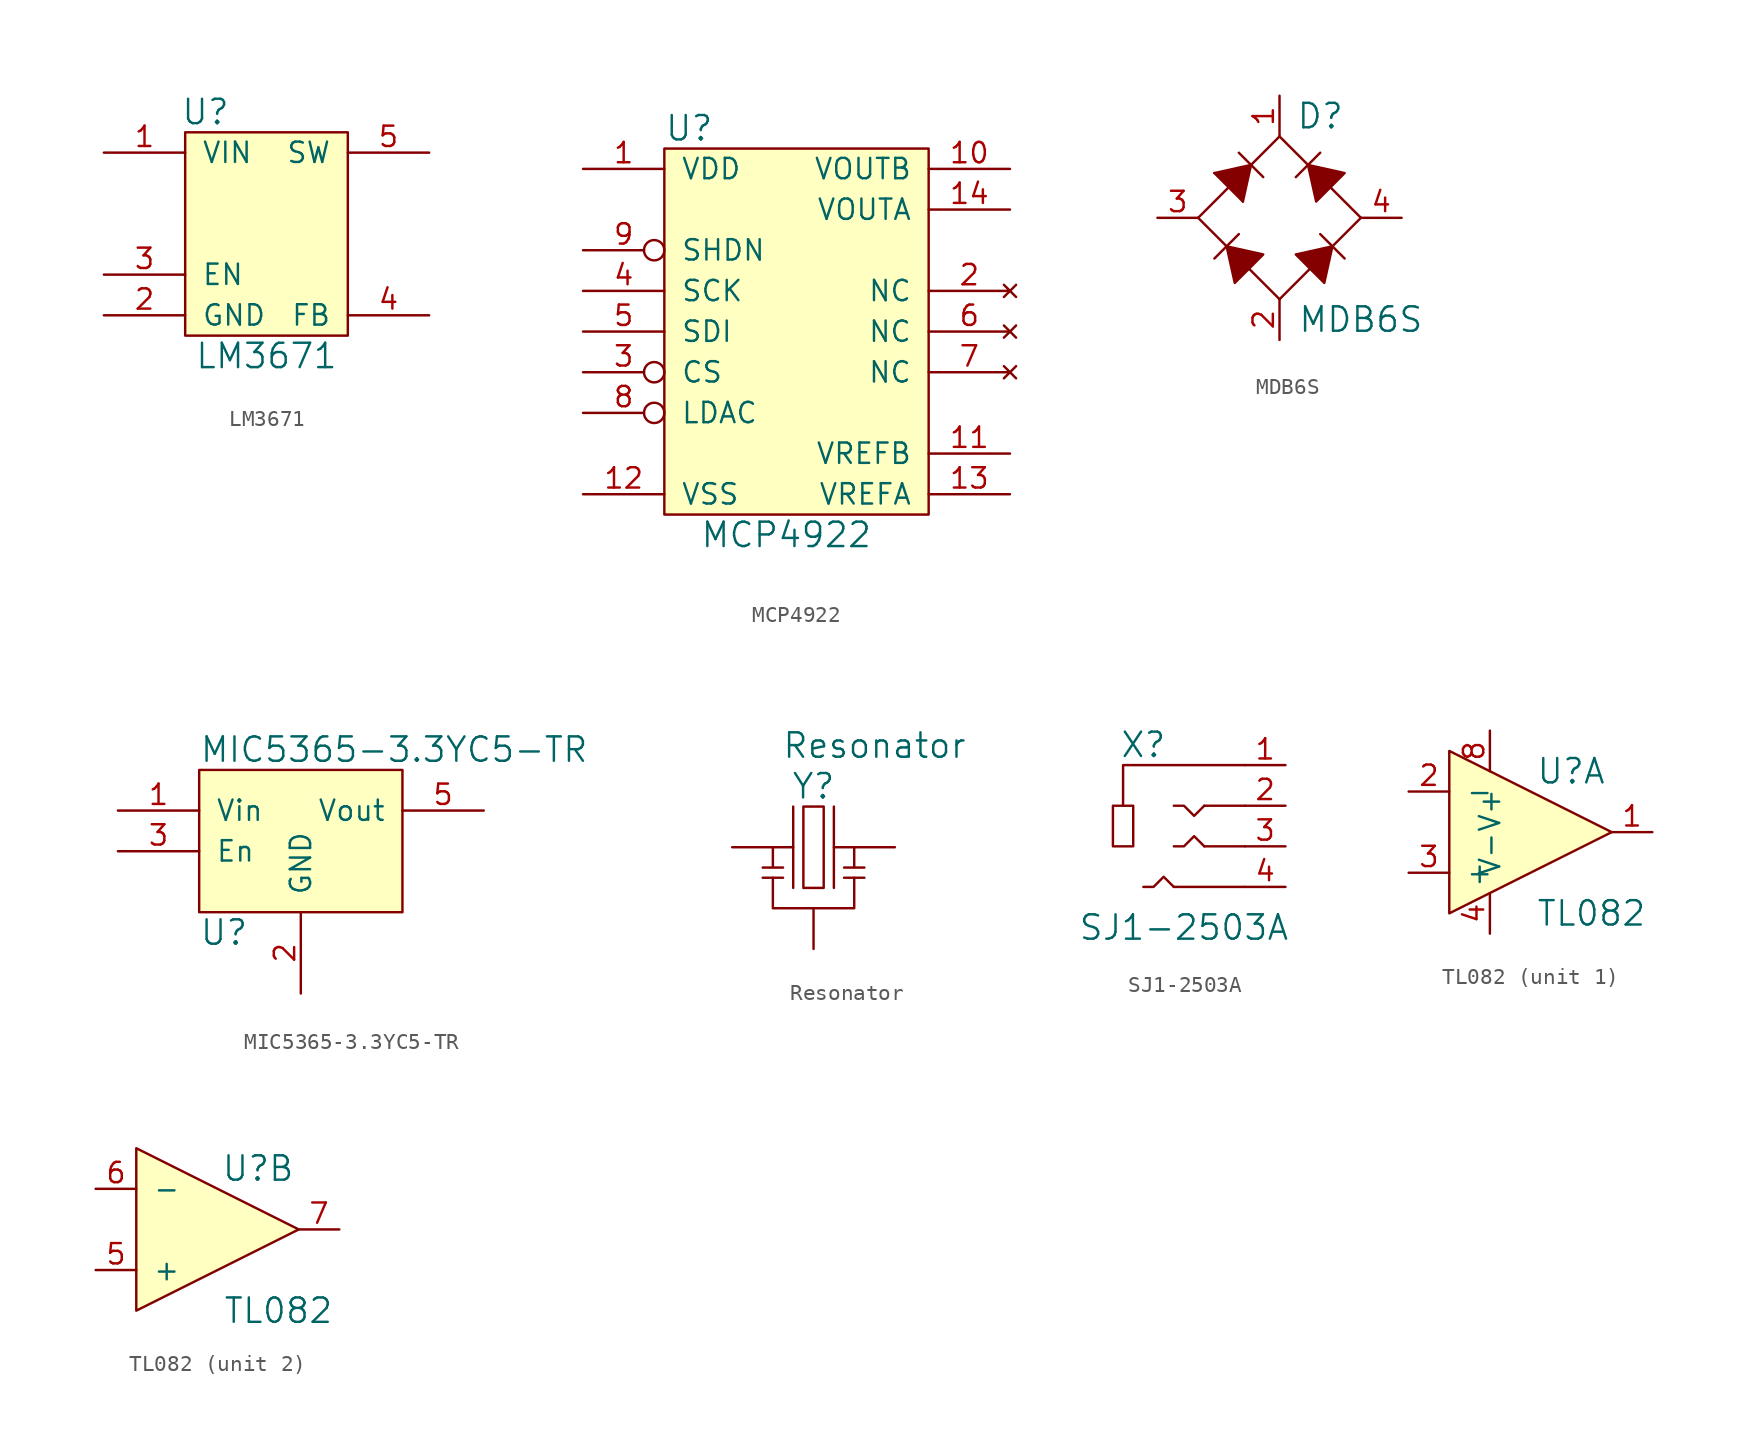
<source format=kicad_sym>
(kicad_symbol_lib
  (version 20211014)
  (generator kicad_symbol_editor)
  (symbol "LM3671"
    (pin_names
      (offset 1.016))
    (property "Reference" "U"
      (at -3.81 8.89 0)
      (effects (font (size 1.524 1.524))))
    (property "Value" "LM3671"
      (at 0 -6.35 0)
      (effects (font (size 1.524 1.524))))
    (symbol "LM3671_0_1"
      (rectangle (start -5.08 7.62) (end 5.08 -5.08) (stroke (width 0) (type default) (color 0 0 0 0)) (fill (type background))))
    (symbol "LM3671_1_1"
      (pin power_in line (at -10.16 6.35 0) (length 5.08) (name "VIN" (effects (font (size 1.27 1.27)))) (number "1" (effects (font (size 1.27 1.27)))))
      (pin power_in line (at -10.16 -3.81 0) (length 5.08) (name "GND" (effects (font (size 1.27 1.27)))) (number "2" (effects (font (size 1.27 1.27)))))
      (pin input line (at -10.16 -1.27 0) (length 5.08) (name "EN" (effects (font (size 1.27 1.27)))) (number "3" (effects (font (size 1.27 1.27)))))
      (pin input line (at 10.16 -3.81 180) (length 5.08) (name "FB" (effects (font (size 1.27 1.27)))) (number "4" (effects (font (size 1.27 1.27)))))
      (pin power_out line (at 10.16 6.35 180) (length 5.08) (name "SW" (effects (font (size 1.27 1.27)))) (number "5" (effects (font (size 1.27 1.27)))))))
  (symbol "MCP4922"
    (pin_names
      (offset 1.016))
    (property "Reference" "U"
      (at -7.62 12.7 0)
      (effects (font (size 1.524 1.524)) (justify left)))
    (property "Value" "MCP4922"
      (at 0 -12.7 0)
      (effects (font (size 1.524 1.524))))
    (symbol "MCP4922_0_1"
      (rectangle (start -7.62 11.43) (end 8.89 -11.43) (stroke (width 0) (type default) (color 0 0 0 0)) (fill (type background))))
    (symbol "MCP4922_1_1"
      (pin power_in line (at -12.7 10.16 0) (length 5.08) (name "VDD" (effects (font (size 1.27 1.27)))) (number "1" (effects (font (size 1.27 1.27)))))
      (pin output line (at 13.97 10.16 180) (length 5.08) (name "VOUTB" (effects (font (size 1.27 1.27)))) (number "10" (effects (font (size 1.27 1.27)))))
      (pin input line (at 13.97 -7.62 180) (length 5.08) (name "VREFB" (effects (font (size 1.27 1.27)))) (number "11" (effects (font (size 1.27 1.27)))))
      (pin power_in line (at -12.7 -10.16 0) (length 5.08) (name "VSS" (effects (font (size 1.27 1.27)))) (number "12" (effects (font (size 1.27 1.27)))))
      (pin input line (at 13.97 -10.16 180) (length 5.08) (name "VREFA" (effects (font (size 1.27 1.27)))) (number "13" (effects (font (size 1.27 1.27)))))
      (pin output line (at 13.97 7.62 180) (length 5.08) (name "VOUTA" (effects (font (size 1.27 1.27)))) (number "14" (effects (font (size 1.27 1.27)))))
      (pin no_connect line (at 13.97 2.54 180) (length 5.08) (name "NC" (effects (font (size 1.27 1.27)))) (number "2" (effects (font (size 1.27 1.27)))))
      (pin input inverted (at -12.7 -2.54 0) (length 5.08) (name "CS" (effects (font (size 1.27 1.27)))) (number "3" (effects (font (size 1.27 1.27)))))
      (pin input line (at -12.7 2.54 0) (length 5.08) (name "SCK" (effects (font (size 1.27 1.27)))) (number "4" (effects (font (size 1.27 1.27)))))
      (pin input line (at -12.7 0 0) (length 5.08) (name "SDI" (effects (font (size 1.27 1.27)))) (number "5" (effects (font (size 1.27 1.27)))))
      (pin no_connect line (at 13.97 0 180) (length 5.08) (name "NC" (effects (font (size 1.27 1.27)))) (number "6" (effects (font (size 1.27 1.27)))))
      (pin no_connect line (at 13.97 -2.54 180) (length 5.08) (name "NC" (effects (font (size 1.27 1.27)))) (number "7" (effects (font (size 1.27 1.27)))))
      (pin input inverted (at -12.7 -5.08 0) (length 5.08) (name "LDAC" (effects (font (size 1.27 1.27)))) (number "8" (effects (font (size 1.27 1.27)))))
      (pin input inverted (at -12.7 5.08 0) (length 5.08) (name "SHDN" (effects (font (size 1.27 1.27)))) (number "9" (effects (font (size 1.27 1.27)))))))
  (symbol "MDB6S"
    (pin_names
      (offset 1.016) hide)
    (property "Reference" "D"
      (at 2.54 6.35 0)
      (effects (font (size 1.524 1.524))))
    (property "Value" "MDB6S"
      (at 5.08 -6.35 0)
      (effects (font (size 1.524 1.524))))
    (symbol "MDB6S_0_1"
      (polyline (pts (xy -5.08 0) (xy 0 -5.08)) (stroke (width 0) (type default) (color 0 0 0 0)) (fill (type none)))
      (polyline (pts (xy -4.064 2.794) (xy -2.286 1.016)) (stroke (width 0) (type default) (color 0 0 0 0)) (fill (type none)))
      (polyline (pts (xy -2.54 -1.016) (xy -4.064 -2.54)) (stroke (width 0) (type default) (color 0 0 0 0)) (fill (type none)))
      (polyline (pts (xy -1.778 3.302) (xy -5.08 0)) (stroke (width 0) (type default) (color 0 0 0 0)) (fill (type none)))
      (polyline (pts (xy -1.778 3.302) (xy 0 5.08)) (stroke (width 0) (type default) (color 0 0 0 0)) (fill (type none)))
      (polyline (pts (xy -1.016 2.54) (xy -2.54 4.064)) (stroke (width 0) (type default) (color 0 0 0 0)) (fill (type none)))
      (polyline (pts (xy 0 -5.08) (xy 5.08 0)) (stroke (width 0) (type default) (color 0 0 0 0)) (fill (type none)))
      (polyline (pts (xy 0 5.08) (xy 5.08 0)) (stroke (width 0) (type default) (color 0 0 0 0)) (fill (type none)))
      (polyline (pts (xy 1.016 2.54) (xy 2.54 4.064)) (stroke (width 0) (type default) (color 0 0 0 0)) (fill (type none)))
      (polyline (pts (xy 2.54 -1.016) (xy 4.064 -2.54)) (stroke (width 0) (type default) (color 0 0 0 0)) (fill (type none)))
      (polyline (pts (xy -4.064 2.794) (xy -1.778 3.302) (xy -2.286 1.016)) (stroke (width 0) (type default) (color 0 0 0 0)) (fill (type outline)))
      (polyline (pts (xy -3.302 -1.778) (xy -1.016 -2.286) (xy -2.794 -4.064) (xy -3.302 -1.778)) (stroke (width 0) (type default) (color 0 0 0 0)) (fill (type outline)))
      (polyline (pts (xy 2.286 1.016) (xy 1.778 3.302) (xy 4.064 2.794) (xy 2.286 1.016)) (stroke (width 0) (type default) (color 0 0 0 0)) (fill (type outline)))
      (polyline (pts (xy 3.302 -1.778) (xy 1.016 -2.286) (xy 2.794 -4.064) (xy 3.302 -1.778)) (stroke (width 0) (type default) (color 0 0 0 0)) (fill (type outline))))
    (symbol "MDB6S_1_1"
      (pin power_out line (at 0 7.62 270) (length 2.54) (name "+" (effects (font (size 1.27 1.27)))) (number "1" (effects (font (size 1.27 1.27)))))
      (pin power_out line (at 0 -7.62 90) (length 2.54) (name "-" (effects (font (size 1.27 1.27)))) (number "2" (effects (font (size 1.27 1.27)))))
      (pin power_in line (at -7.62 0 0) (length 2.54) (name "AC1" (effects (font (size 1.27 1.27)))) (number "3" (effects (font (size 1.27 1.27)))))
      (pin power_in line (at 7.62 0 180) (length 2.54) (name "AC2" (effects (font (size 1.27 1.27)))) (number "4" (effects (font (size 1.27 1.27)))))))
  (symbol "MIC5365-3.3YC5-TR"
    (pin_names
      (offset 1.016))
    (property "Reference" "U"
      (at -6.35 -5.08 0)
      (effects (font (size 1.524 1.524)) (justify left)))
    (property "Value" "MIC5365-3.3YC5-TR"
      (at -6.35 6.35 0)
      (effects (font (size 1.524 1.524)) (justify left)))
    (symbol "MIC5365-3.3YC5-TR_0_1"
      (rectangle (start -6.35 -3.81) (end 6.35 5.08) (stroke (width 0) (type default) (color 0 0 0 0)) (fill (type background))))
    (symbol "MIC5365-3.3YC5-TR_1_1"
      (pin power_in line (at -11.43 2.54 0) (length 5.08) (name "Vin" (effects (font (size 1.27 1.27)))) (number "1" (effects (font (size 1.27 1.27)))))
      (pin input line (at 0 -8.89 90) (length 5.08) (name "GND" (effects (font (size 1.27 1.27)))) (number "2" (effects (font (size 1.27 1.27)))))
      (pin input line (at -11.43 0 0) (length 5.08) (name "En" (effects (font (size 1.27 1.27)))) (number "3" (effects (font (size 1.27 1.27)))))
      (pin power_out line (at 11.43 2.54 180) (length 5.08) (name "Vout" (effects (font (size 1.27 1.27)))) (number "5" (effects (font (size 1.27 1.27)))))))
  (symbol "Resonator"
    (pin_numbers hide)
    (pin_names
      (offset 1.016))
    (property "Reference" "Y"
      (at 0 3.81 0)
      (effects (font (size 1.524 1.524))))
    (property "Value" "Resonator"
      (at 3.81 6.35 0)
      (effects (font (size 1.524 1.524))))
    (property "Footprint" ""
      (at 0 0 0)
      (effects (font (size 1.524 1.524))))
    (property "Datasheet" ""
      (at 0 0 0)
      (effects (font (size 1.524 1.524))))
    (symbol "Resonator_0_1"
      (rectangle (start -0.635 2.54) (end 0.635 -2.54) (stroke (width 0) (type default) (color 0 0 0 0)) (fill (type none)))
      (polyline (pts (xy -3.175 -1.905) (xy -1.905 -1.905)) (stroke (width 0) (type default) (color 0 0 0 0)) (fill (type none)))
      (polyline (pts (xy -1.27 0) (xy -2.54 0)) (stroke (width 0) (type default) (color 0 0 0 0)) (fill (type none)))
      (polyline (pts (xy -1.27 2.54) (xy -1.27 -2.54)) (stroke (width 0) (type default) (color 0 0 0 0)) (fill (type none)))
      (polyline (pts (xy 1.27 0) (xy 2.54 0)) (stroke (width 0) (type default) (color 0 0 0 0)) (fill (type none)))
      (polyline (pts (xy 1.27 2.54) (xy 1.27 -2.54)) (stroke (width 0) (type default) (color 0 0 0 0)) (fill (type none)))
      (polyline (pts (xy 1.905 -1.905) (xy 3.175 -1.905)) (stroke (width 0) (type default) (color 0 0 0 0)) (fill (type none)))
      (polyline (pts (xy 2.54 0) (xy 2.54 -1.27) (xy 1.905 -1.27) (xy 3.175 -1.27)) (stroke (width 0) (type default) (color 0 0 0 0)) (fill (type none)))
      (polyline (pts (xy -2.54 0) (xy -2.54 -1.27) (xy -3.175 -1.27) (xy -1.905 -1.27) (xy -2.54 -1.27)) (stroke (width 0) (type default) (color 0 0 0 0)) (fill (type none)))
      (polyline (pts (xy 2.54 -1.905) (xy 2.54 -3.175) (xy 2.54 -3.81) (xy -2.54 -3.81) (xy -2.54 -1.905)) (stroke (width 0) (type default) (color 0 0 0 0)) (fill (type none))))
    (symbol "Resonator_1_1"
      (pin output line (at -5.08 0 0) (length 2.54) (name "~" (effects (font (size 1.27 1.27)))) (number "1" (effects (font (size 1.27 1.27)))))
      (pin power_in line (at 0 -6.35 90) (length 2.54) (name "~" (effects (font (size 1.27 1.27)))) (number "2" (effects (font (size 1.27 1.27)))))
      (pin output line (at 5.08 0 180) (length 2.54) (name "~" (effects (font (size 1.27 1.27)))) (number "3" (effects (font (size 1.27 1.27)))))))
  (symbol "SJ1-2503A"
    (pin_names
      (offset 1.016) hide)
    (property "Reference" "X"
      (at 0 5.08 0)
      (effects (font (size 1.524 1.524))))
    (property "Value" "SJ1-2503A"
      (at 2.54 -6.35 0)
      (effects (font (size 1.524 1.524))))
    (symbol "SJ1-2503A_0_1"
      (polyline (pts (xy 6.35 -3.81) (xy 1.905 -3.81)) (stroke (width 0) (type default) (color 0 0 0 0)) (fill (type none)))
      (polyline (pts (xy 6.35 -1.27) (xy 3.81 -1.27)) (stroke (width 0) (type default) (color 0 0 0 0)) (fill (type none)))
      (polyline (pts (xy 6.35 1.27) (xy 3.81 1.27)) (stroke (width 0) (type default) (color 0 0 0 0)) (fill (type none)))
      (polyline (pts (xy 6.35 3.81) (xy -1.27 3.81) (xy -1.27 1.27)) (stroke (width 0) (type default) (color 0 0 0 0)) (fill (type none)))
      (polyline (pts (xy 1.905 -3.81) (xy 1.27 -3.175) (xy 0.635 -3.81) (xy 0 -3.81)) (stroke (width 0) (type default) (color 0 0 0 0)) (fill (type none)))
      (polyline (pts (xy 3.81 -1.27) (xy 3.175 -0.635) (xy 2.54 -1.27) (xy 1.905 -1.27)) (stroke (width 0) (type default) (color 0 0 0 0)) (fill (type none)))
      (polyline (pts (xy 3.81 1.27) (xy 3.175 0.635) (xy 2.54 1.27) (xy 1.905 1.27)) (stroke (width 0) (type default) (color 0 0 0 0)) (fill (type none)))
      (polyline (pts (xy -1.905 1.27) (xy -1.905 -1.27) (xy -0.635 -1.27) (xy -0.635 1.27) (xy -1.905 1.27)) (stroke (width 0) (type default) (color 0 0 0 0)) (fill (type none))))
    (symbol "SJ1-2503A_1_1"
      (pin bidirectional line (at 8.89 3.81 180) (length 2.54) (name "Case" (effects (font (size 1.27 1.27)))) (number "1" (effects (font (size 1.27 1.27)))))
      (pin bidirectional line (at 8.89 1.27 180) (length 2.54) (name "~" (effects (font (size 1.27 1.27)))) (number "2" (effects (font (size 1.27 1.27)))))
      (pin bidirectional line (at 8.89 -1.27 180) (length 2.54) (name "~" (effects (font (size 1.27 1.27)))) (number "3" (effects (font (size 1.27 1.27)))))
      (pin bidirectional line (at 8.89 -3.81 180) (length 2.54) (name "~" (effects (font (size 1.27 1.27)))) (number "4" (effects (font (size 1.27 1.27)))))))
  (symbol "TL082"
    (pin_names
      (offset 1.016))
    (property "Reference" "U"
      (at 5.08 3.81 0)
      (effects (font (size 1.524 1.524))))
    (property "Value" "TL082"
      (at 6.35 -5.08 0)
      (effects (font (size 1.524 1.524))))
    (symbol "TL082_0_1"
      (polyline (pts (xy -2.54 5.08) (xy -2.54 -5.08) (xy 7.62 0) (xy -2.54 5.08)) (stroke (width 0) (type default) (color 0 0 0 0)) (fill (type background))))
    (symbol "TL082_1_1"
      (pin output line (at 10.16 0 180) (length 2.54) (name "~" (effects (font (size 1.27 1.27)))) (number "1" (effects (font (size 1.27 1.27)))))
      (pin input line (at -5.08 2.54 0) (length 2.54) (name "-" (effects (font (size 1.27 1.27)))) (number "2" (effects (font (size 1.27 1.27)))))
      (pin input line (at -5.08 -2.54 0) (length 2.54) (name "+" (effects (font (size 1.27 1.27)))) (number "3" (effects (font (size 1.27 1.27)))))
      (pin power_in line (at 0 -6.35 90) (length 2.54) (name "V-" (effects (font (size 1.27 1.27)))) (number "4" (effects (font (size 1.27 1.27)))))
      (pin power_in line (at 0 6.35 270) (length 2.54) (name "V+" (effects (font (size 1.27 1.27)))) (number "8" (effects (font (size 1.27 1.27))))))
    (symbol "TL082_2_1"
      (pin input line (at -5.08 -2.54 0) (length 2.54) (name "+" (effects (font (size 1.27 1.27)))) (number "5" (effects (font (size 1.27 1.27)))))
      (pin input line (at -5.08 2.54 0) (length 2.54) (name "-" (effects (font (size 1.27 1.27)))) (number "6" (effects (font (size 1.27 1.27)))))
      (pin output line (at 10.16 0 180) (length 2.54) (name "~" (effects (font (size 1.27 1.27)))) (number "7" (effects (font (size 1.27 1.27))))))))
</source>
